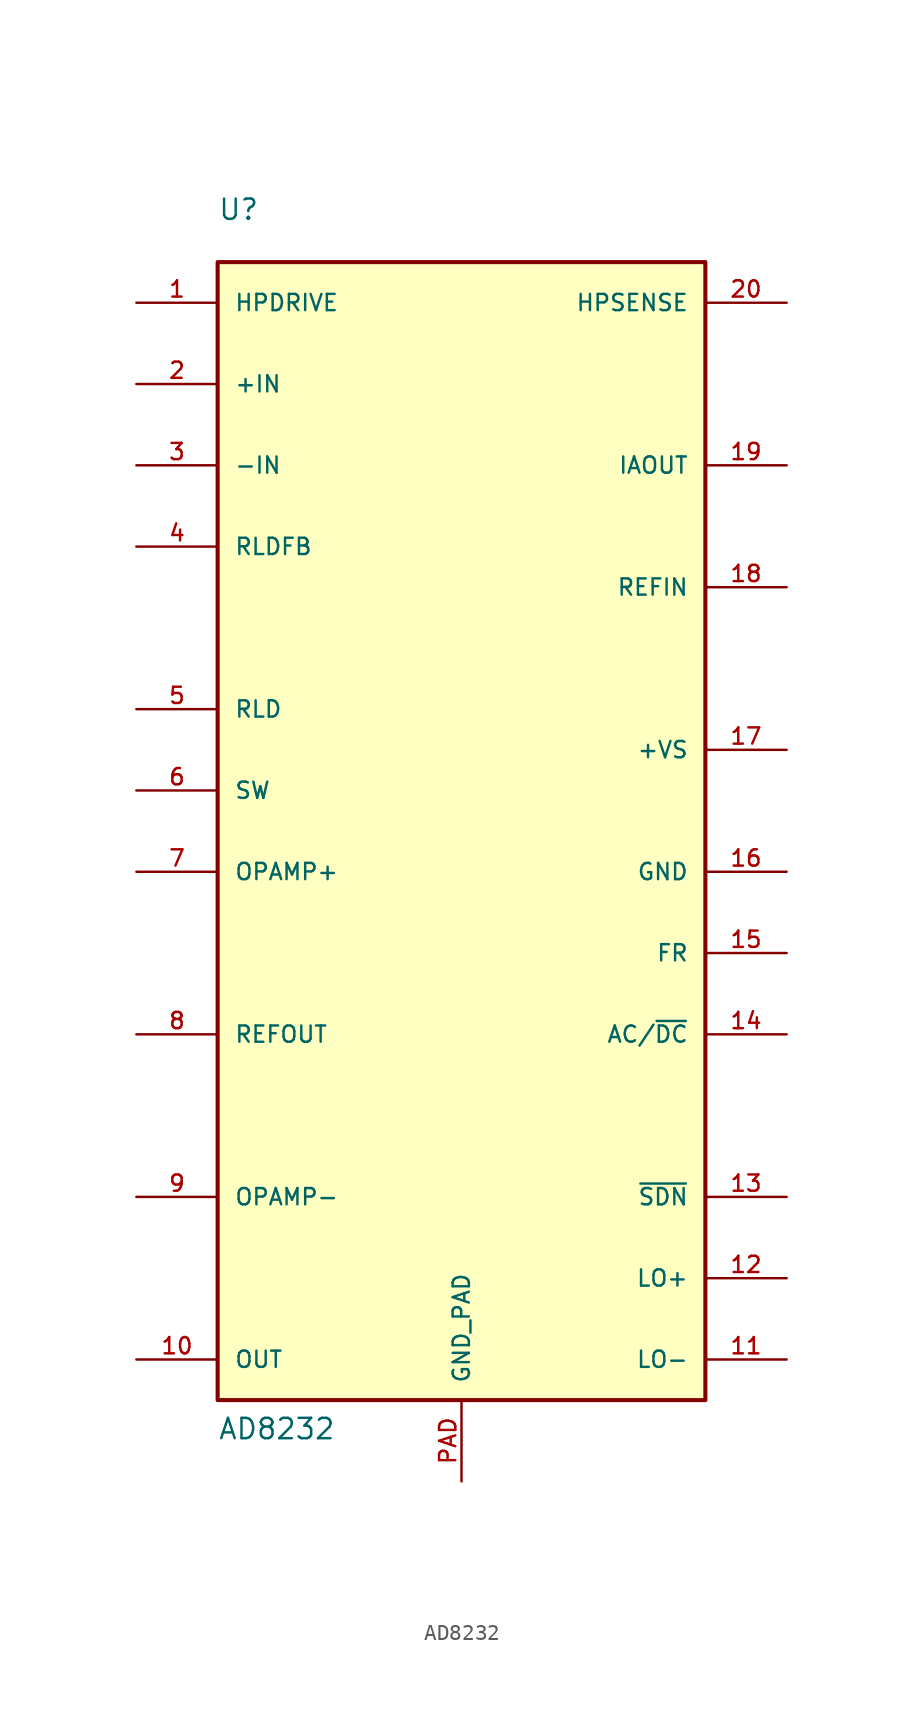
<source format=kicad_sym>
(kicad_symbol_lib
  (version 20211014)
  (generator kicad_symbol_editor)
  (symbol "AD8232"
    (pin_names
      (offset 1.016))
    (property "Reference" "U"
      (at -15.24 45.72 0)
      (effects (font (size 1.27 1.27)) (justify left bottom)))
    (property "Value" "AD8232"
      (at -15.24 -30.48 0)
      (effects (font (size 1.27 1.27)) (justify left bottom)))
    (property "ki_locked" ""
      (at 0 0 0)
      (effects (font (size 1.27 1.27))))
    (symbol "AD8232_0_0"
      (rectangle (start -15.24 -27.94) (end 15.24 43.18) (stroke (width 0.254) (type default) (color 0 0 0 0)) (fill (type background)))
      (pin bidirectional line (at -20.32 40.64 0) (length 5.08) (name "HPDRIVE" (effects (font (size 1.016 1.016)))) (number "1" (effects (font (size 1.016 1.016)))))
      (pin bidirectional line (at -20.32 -25.4 0) (length 5.08) (name "OUT" (effects (font (size 1.016 1.016)))) (number "10" (effects (font (size 1.016 1.016)))))
      (pin bidirectional line (at 20.32 -25.4 180) (length 5.08) (name "LO-" (effects (font (size 1.016 1.016)))) (number "11" (effects (font (size 1.016 1.016)))))
      (pin bidirectional line (at 20.32 -20.32 180) (length 5.08) (name "LO+" (effects (font (size 1.016 1.016)))) (number "12" (effects (font (size 1.016 1.016)))))
      (pin bidirectional line (at 20.32 -15.24 180) (length 5.08) (name "~{SDN}" (effects (font (size 1.016 1.016)))) (number "13" (effects (font (size 1.016 1.016)))))
      (pin bidirectional line (at 20.32 -5.08 180) (length 5.08) (name "AC/~{DC}" (effects (font (size 1.016 1.016)))) (number "14" (effects (font (size 1.016 1.016)))))
      (pin bidirectional line (at 20.32 0 180) (length 5.08) (name "FR" (effects (font (size 1.016 1.016)))) (number "15" (effects (font (size 1.016 1.016)))))
      (pin bidirectional line (at 20.32 5.08 180) (length 5.08) (name "GND" (effects (font (size 1.016 1.016)))) (number "16" (effects (font (size 1.016 1.016)))))
      (pin bidirectional line (at 20.32 12.7 180) (length 5.08) (name "+VS" (effects (font (size 1.016 1.016)))) (number "17" (effects (font (size 1.016 1.016)))))
      (pin bidirectional line (at 20.32 22.86 180) (length 5.08) (name "REFIN" (effects (font (size 1.016 1.016)))) (number "18" (effects (font (size 1.016 1.016)))))
      (pin bidirectional line (at 20.32 30.48 180) (length 5.08) (name "IAOUT" (effects (font (size 1.016 1.016)))) (number "19" (effects (font (size 1.016 1.016)))))
      (pin bidirectional line (at -20.32 35.56 0) (length 5.08) (name "+IN" (effects (font (size 1.016 1.016)))) (number "2" (effects (font (size 1.016 1.016)))))
      (pin bidirectional line (at 20.32 40.64 180) (length 5.08) (name "HPSENSE" (effects (font (size 1.016 1.016)))) (number "20" (effects (font (size 1.016 1.016)))))
      (pin bidirectional line (at -20.32 30.48 0) (length 5.08) (name "-IN" (effects (font (size 1.016 1.016)))) (number "3" (effects (font (size 1.016 1.016)))))
      (pin bidirectional line (at -20.32 25.4 0) (length 5.08) (name "RLDFB" (effects (font (size 1.016 1.016)))) (number "4" (effects (font (size 1.016 1.016)))))
      (pin bidirectional line (at -20.32 15.24 0) (length 5.08) (name "RLD" (effects (font (size 1.016 1.016)))) (number "5" (effects (font (size 1.016 1.016)))))
      (pin bidirectional line (at -20.32 10.16 0) (length 5.08) (name "SW" (effects (font (size 1.016 1.016)))) (number "6" (effects (font (size 1.016 1.016)))))
      (pin bidirectional line (at -20.32 5.08 0) (length 5.08) (name "OPAMP+" (effects (font (size 1.016 1.016)))) (number "7" (effects (font (size 1.016 1.016)))))
      (pin bidirectional line (at -20.32 -5.08 0) (length 5.08) (name "REFOUT" (effects (font (size 1.016 1.016)))) (number "8" (effects (font (size 1.016 1.016)))))
      (pin bidirectional line (at -20.32 -15.24 0) (length 5.08) (name "OPAMP-" (effects (font (size 1.016 1.016)))) (number "9" (effects (font (size 1.016 1.016)))))
      (pin bidirectional line (at 0 -33.02 90) (length 5.08) (name "GND_PAD" (effects (font (size 1.016 1.016)))) (number "PAD" (effects (font (size 1.016 1.016))))))))
</source>
